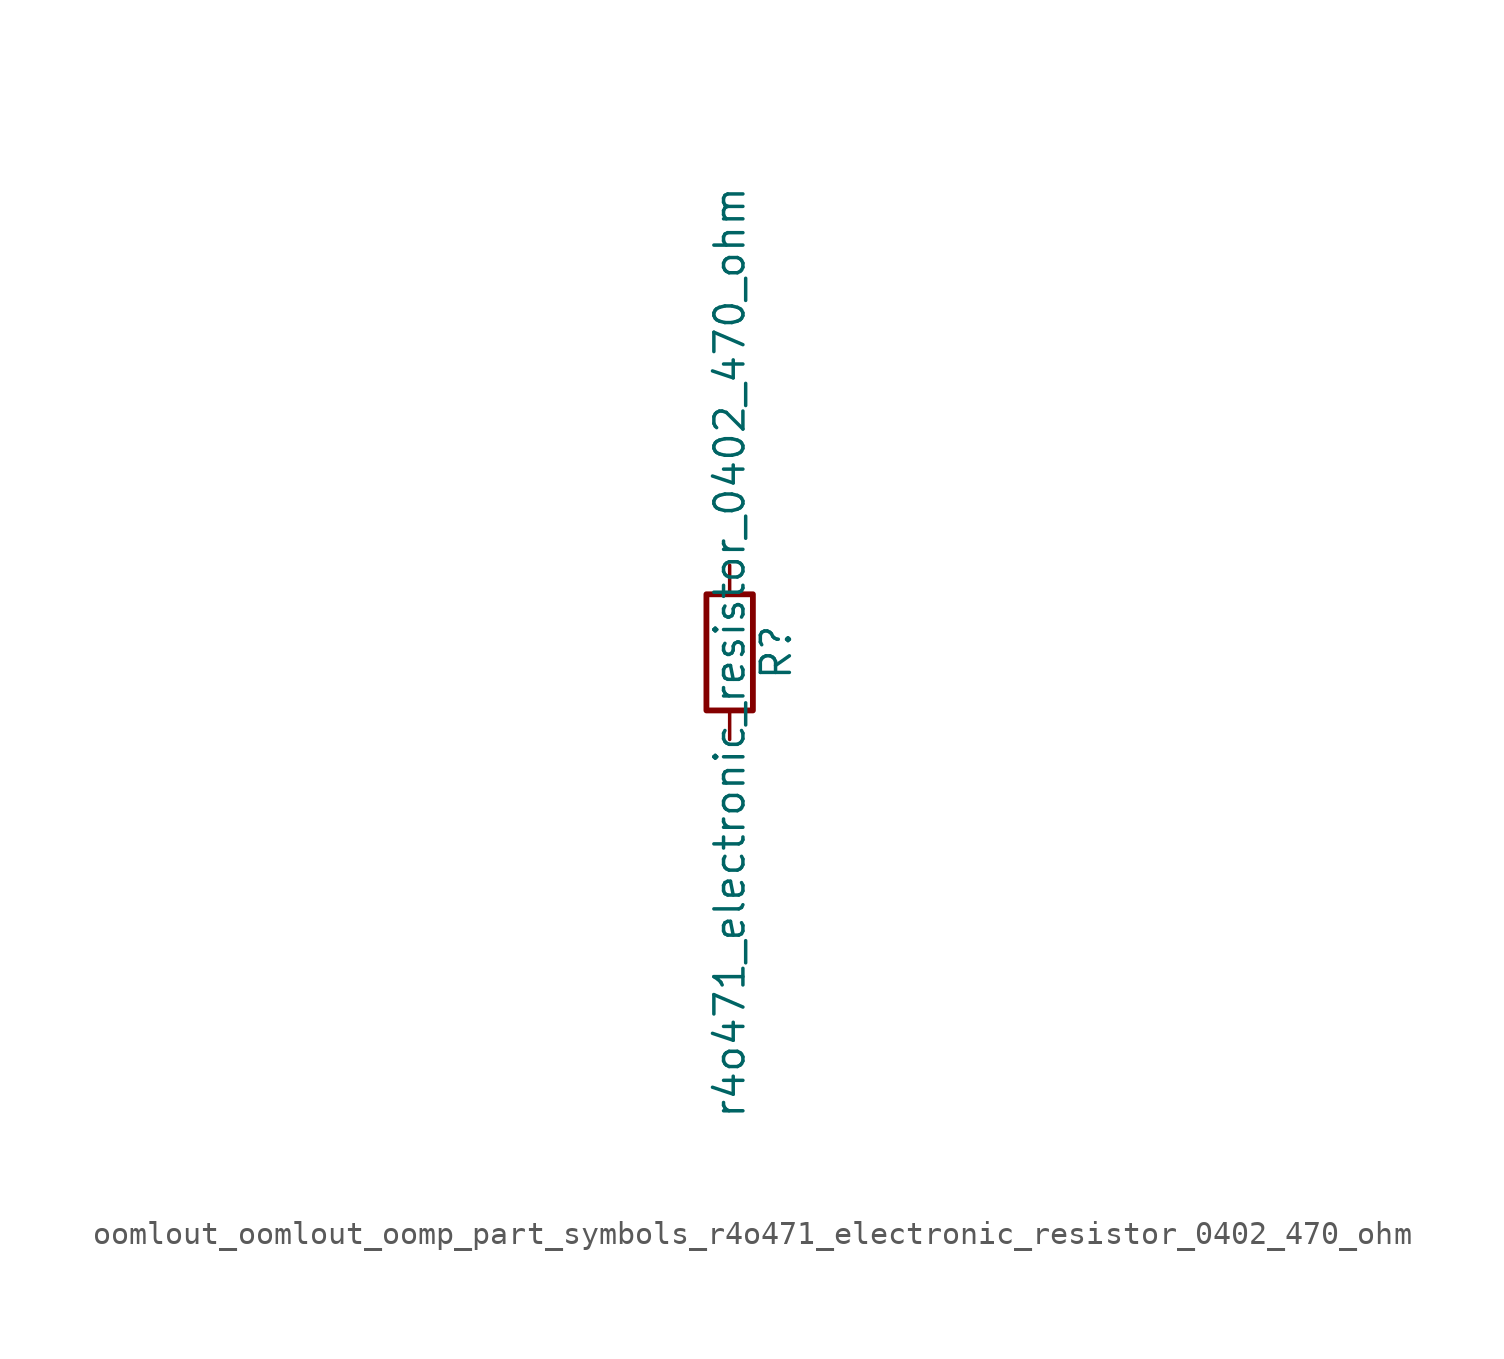
<source format=kicad_sym>
(kicad_symbol_lib
  (version 20220914)
  (generator kicad_symbol_editor)
  (symbol "oomlout_oomlout_oomp_part_symbols_r4o471_electronic_resistor_0402_470_ohm"
    (pin_numbers hide)
    (pin_names
      (offset 0))
    (property "Reference" "R"
      (at 2.032 0 90)
      (effects (font (size 1.27 1.27))))
    (property "Value" "r4o471_electronic_resistor_0402_470_ohm"
      (at 0 0 90)
      (effects (font (size 1.27 1.27))))
    (symbol "oomlout_oomlout_oomp_part_symbols_r4o471_electronic_resistor_0402_470_ohm_0_1"
      (rectangle (start -1.016 -2.54) (end 1.016 2.54) (stroke (width 0.254) (type default)) (fill (type none))))
    (symbol "oomlout_oomlout_oomp_part_symbols_r4o471_electronic_resistor_0402_470_ohm_1_1"
      (pin passive line (at 0 3.81 270) (length 1.27) (name "~" (effects (font (size 1.27 1.27)))) (number "1" (effects (font (size 1.27 1.27)))))
      (pin passive line (at 0 -3.81 90) (length 1.27) (name "~" (effects (font (size 1.27 1.27)))) (number "2" (effects (font (size 1.27 1.27))))))))
</source>
